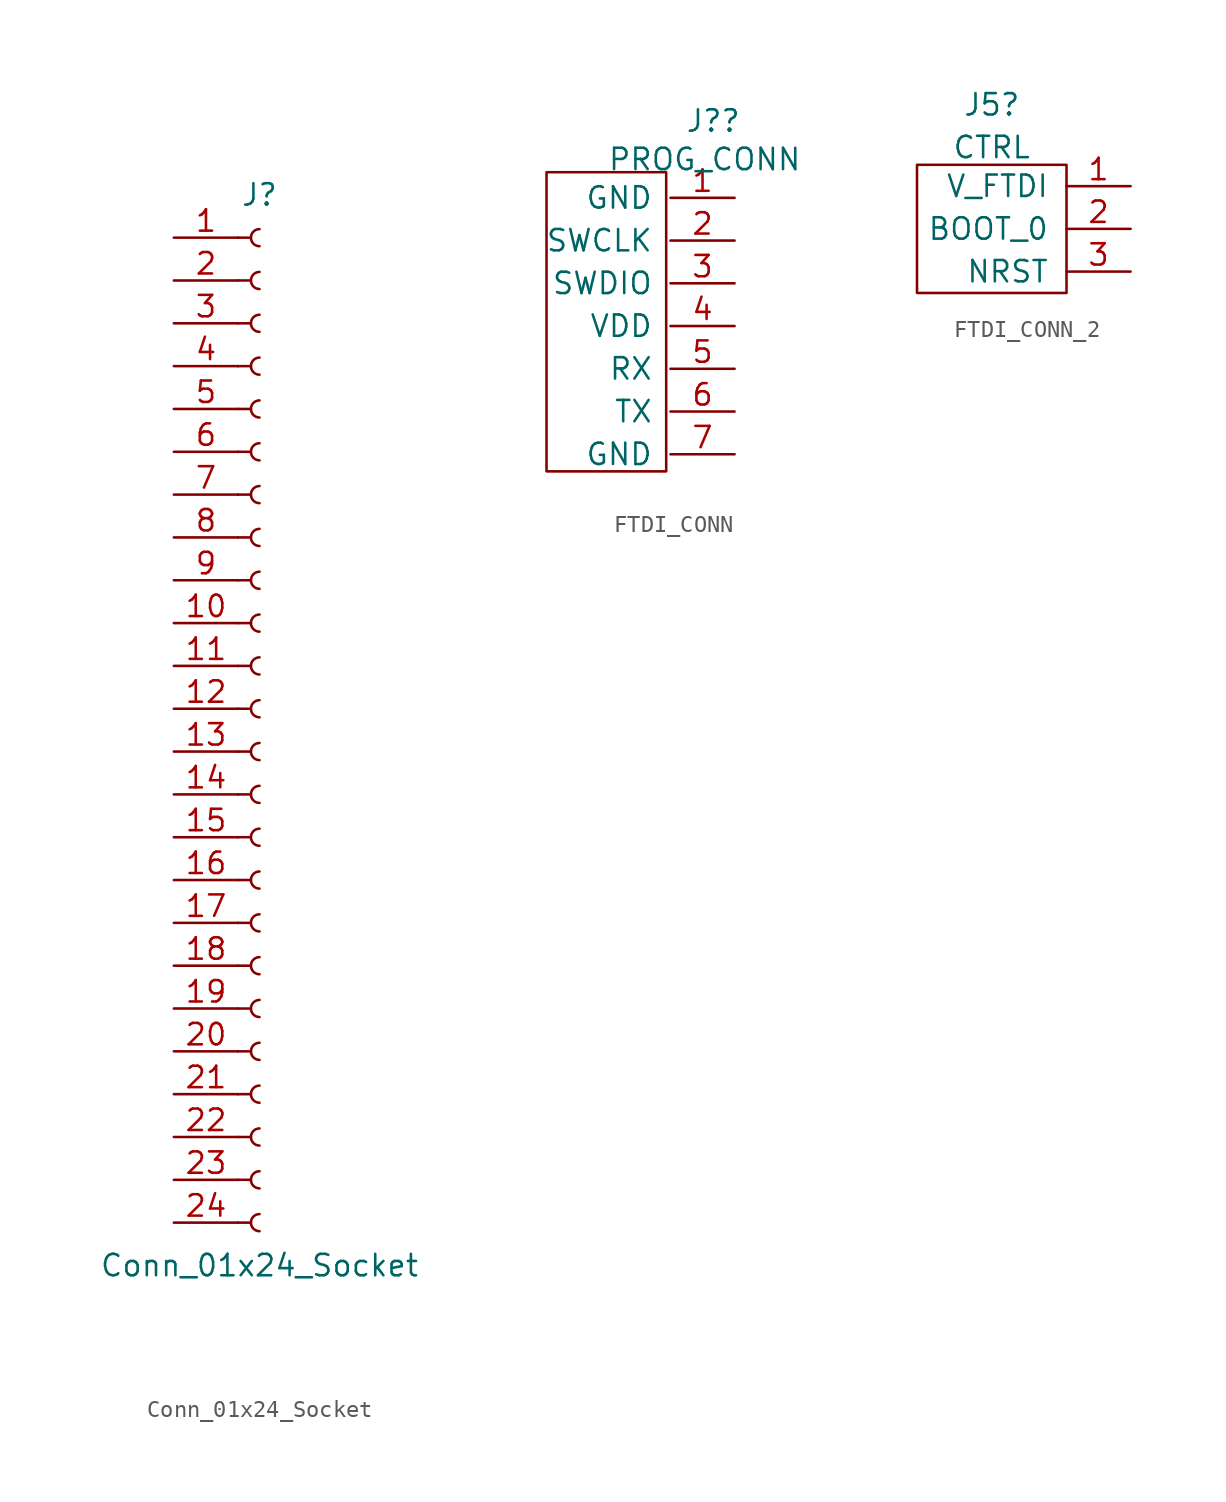
<source format=kicad_sym>
(kicad_symbol_lib
  (version 20231120)
  (generator "kicad_symbol_editor")
  (generator_version "8.0")
  (symbol "Conn_01x24_Socket"
    (pin_names
      (offset 1.016) hide)
    (property "Reference" "J"
      (at 0 30.48 0)
      (effects (font (size 1.27 1.27))))
    (property "Value" "Conn_01x24_Socket"
      (at 0 -33.02 0)
      (effects (font (size 1.27 1.27))))
    (property "ki_locked" ""
      (at 0 0 0)
      (effects (font (size 1.27 1.27))))
    (symbol "Conn_01x24_Socket_1_1"
      (arc (start 0 -29.972) (mid -0.5058 -30.48) (end 0 -30.988) (stroke (width 0.1524) (type default)) (fill (type none)))
      (arc (start 0 -27.432) (mid -0.5058 -27.94) (end 0 -28.448) (stroke (width 0.1524) (type default)) (fill (type none)))
      (arc (start 0 -24.892) (mid -0.5058 -25.4) (end 0 -25.908) (stroke (width 0.1524) (type default)) (fill (type none)))
      (arc (start 0 -22.352) (mid -0.5058 -22.86) (end 0 -23.368) (stroke (width 0.1524) (type default)) (fill (type none)))
      (arc (start 0 -19.812) (mid -0.5058 -20.32) (end 0 -20.828) (stroke (width 0.1524) (type default)) (fill (type none)))
      (arc (start 0 -17.272) (mid -0.5058 -17.78) (end 0 -18.288) (stroke (width 0.1524) (type default)) (fill (type none)))
      (arc (start 0 -14.732) (mid -0.5058 -15.24) (end 0 -15.748) (stroke (width 0.1524) (type default)) (fill (type none)))
      (arc (start 0 -12.192) (mid -0.5058 -12.7) (end 0 -13.208) (stroke (width 0.1524) (type default)) (fill (type none)))
      (arc (start 0 -9.652) (mid -0.5058 -10.16) (end 0 -10.668) (stroke (width 0.1524) (type default)) (fill (type none)))
      (arc (start 0 -7.112) (mid -0.5058 -7.62) (end 0 -8.128) (stroke (width 0.1524) (type default)) (fill (type none)))
      (arc (start 0 -4.572) (mid -0.5058 -5.08) (end 0 -5.588) (stroke (width 0.1524) (type default)) (fill (type none)))
      (arc (start 0 -2.032) (mid -0.5058 -2.54) (end 0 -3.048) (stroke (width 0.1524) (type default)) (fill (type none)))
      (polyline (pts (xy -1.27 -30.48) (xy -0.508 -30.48)) (stroke (width 0.152) (type default)) (fill (type none)))
      (polyline (pts (xy -1.27 -27.94) (xy -0.508 -27.94)) (stroke (width 0.152) (type default)) (fill (type none)))
      (polyline (pts (xy -1.27 -25.4) (xy -0.508 -25.4)) (stroke (width 0.152) (type default)) (fill (type none)))
      (polyline (pts (xy -1.27 -22.86) (xy -0.508 -22.86)) (stroke (width 0.152) (type default)) (fill (type none)))
      (polyline (pts (xy -1.27 -20.32) (xy -0.508 -20.32)) (stroke (width 0.152) (type default)) (fill (type none)))
      (polyline (pts (xy -1.27 -17.78) (xy -0.508 -17.78)) (stroke (width 0.152) (type default)) (fill (type none)))
      (polyline (pts (xy -1.27 -15.24) (xy -0.508 -15.24)) (stroke (width 0.152) (type default)) (fill (type none)))
      (polyline (pts (xy -1.27 -12.7) (xy -0.508 -12.7)) (stroke (width 0.152) (type default)) (fill (type none)))
      (polyline (pts (xy -1.27 -10.16) (xy -0.508 -10.16)) (stroke (width 0.152) (type default)) (fill (type none)))
      (polyline (pts (xy -1.27 -7.62) (xy -0.508 -7.62)) (stroke (width 0.152) (type default)) (fill (type none)))
      (polyline (pts (xy -1.27 -5.08) (xy -0.508 -5.08)) (stroke (width 0.152) (type default)) (fill (type none)))
      (polyline (pts (xy -1.27 -2.54) (xy -0.508 -2.54)) (stroke (width 0.152) (type default)) (fill (type none)))
      (polyline (pts (xy -1.27 0) (xy -0.508 0)) (stroke (width 0.152) (type default)) (fill (type none)))
      (polyline (pts (xy -1.27 2.54) (xy -0.508 2.54)) (stroke (width 0.152) (type default)) (fill (type none)))
      (polyline (pts (xy -1.27 5.08) (xy -0.508 5.08)) (stroke (width 0.152) (type default)) (fill (type none)))
      (polyline (pts (xy -1.27 7.62) (xy -0.508 7.62)) (stroke (width 0.152) (type default)) (fill (type none)))
      (polyline (pts (xy -1.27 10.16) (xy -0.508 10.16)) (stroke (width 0.152) (type default)) (fill (type none)))
      (polyline (pts (xy -1.27 12.7) (xy -0.508 12.7)) (stroke (width 0.152) (type default)) (fill (type none)))
      (polyline (pts (xy -1.27 15.24) (xy -0.508 15.24)) (stroke (width 0.152) (type default)) (fill (type none)))
      (polyline (pts (xy -1.27 17.78) (xy -0.508 17.78)) (stroke (width 0.152) (type default)) (fill (type none)))
      (polyline (pts (xy -1.27 20.32) (xy -0.508 20.32)) (stroke (width 0.152) (type default)) (fill (type none)))
      (polyline (pts (xy -1.27 22.86) (xy -0.508 22.86)) (stroke (width 0.152) (type default)) (fill (type none)))
      (polyline (pts (xy -1.27 25.4) (xy -0.508 25.4)) (stroke (width 0.152) (type default)) (fill (type none)))
      (polyline (pts (xy -1.27 27.94) (xy -0.508 27.94)) (stroke (width 0.152) (type default)) (fill (type none)))
      (arc (start 0 0.508) (mid -0.5058 0) (end 0 -0.508) (stroke (width 0.1524) (type default)) (fill (type none)))
      (arc (start 0 3.048) (mid -0.5058 2.54) (end 0 2.032) (stroke (width 0.1524) (type default)) (fill (type none)))
      (arc (start 0 5.588) (mid -0.5058 5.08) (end 0 4.572) (stroke (width 0.1524) (type default)) (fill (type none)))
      (arc (start 0 8.128) (mid -0.5058 7.62) (end 0 7.112) (stroke (width 0.1524) (type default)) (fill (type none)))
      (arc (start 0 10.668) (mid -0.5058 10.16) (end 0 9.652) (stroke (width 0.1524) (type default)) (fill (type none)))
      (arc (start 0 13.208) (mid -0.5058 12.7) (end 0 12.192) (stroke (width 0.1524) (type default)) (fill (type none)))
      (arc (start 0 15.748) (mid -0.5058 15.24) (end 0 14.732) (stroke (width 0.1524) (type default)) (fill (type none)))
      (arc (start 0 18.288) (mid -0.5058 17.78) (end 0 17.272) (stroke (width 0.1524) (type default)) (fill (type none)))
      (arc (start 0 20.828) (mid -0.5058 20.32) (end 0 19.812) (stroke (width 0.1524) (type default)) (fill (type none)))
      (arc (start 0 23.368) (mid -0.5058 22.86) (end 0 22.352) (stroke (width 0.1524) (type default)) (fill (type none)))
      (arc (start 0 25.908) (mid -0.5058 25.4) (end 0 24.892) (stroke (width 0.1524) (type default)) (fill (type none)))
      (arc (start 0 28.448) (mid -0.5058 27.94) (end 0 27.432) (stroke (width 0.1524) (type default)) (fill (type none)))
      (pin passive line (at -5.08 27.94 0) (length 3.81) (name "Pin_1" (effects (font (size 1.27 1.27)))) (number "1" (effects (font (size 1.27 1.27)))))
      (pin passive line (at -5.08 5.08 0) (length 3.81) (name "Pin_10" (effects (font (size 1.27 1.27)))) (number "10" (effects (font (size 1.27 1.27)))))
      (pin passive line (at -5.08 2.54 0) (length 3.81) (name "Pin_11" (effects (font (size 1.27 1.27)))) (number "11" (effects (font (size 1.27 1.27)))))
      (pin passive line (at -5.08 0 0) (length 3.81) (name "Pin_12" (effects (font (size 1.27 1.27)))) (number "12" (effects (font (size 1.27 1.27)))))
      (pin passive line (at -5.08 -2.54 0) (length 3.81) (name "Pin_13" (effects (font (size 1.27 1.27)))) (number "13" (effects (font (size 1.27 1.27)))))
      (pin passive line (at -5.08 -5.08 0) (length 3.81) (name "Pin_14" (effects (font (size 1.27 1.27)))) (number "14" (effects (font (size 1.27 1.27)))))
      (pin passive line (at -5.08 -7.62 0) (length 3.81) (name "Pin_15" (effects (font (size 1.27 1.27)))) (number "15" (effects (font (size 1.27 1.27)))))
      (pin passive line (at -5.08 -10.16 0) (length 3.81) (name "Pin_16" (effects (font (size 1.27 1.27)))) (number "16" (effects (font (size 1.27 1.27)))))
      (pin passive line (at -5.08 -12.7 0) (length 3.81) (name "Pin_17" (effects (font (size 1.27 1.27)))) (number "17" (effects (font (size 1.27 1.27)))))
      (pin passive line (at -5.08 -15.24 0) (length 3.81) (name "Pin_18" (effects (font (size 1.27 1.27)))) (number "18" (effects (font (size 1.27 1.27)))))
      (pin passive line (at -5.08 -17.78 0) (length 3.81) (name "Pin_19" (effects (font (size 1.27 1.27)))) (number "19" (effects (font (size 1.27 1.27)))))
      (pin passive line (at -5.08 25.4 0) (length 3.81) (name "Pin_2" (effects (font (size 1.27 1.27)))) (number "2" (effects (font (size 1.27 1.27)))))
      (pin passive line (at -5.08 -20.32 0) (length 3.81) (name "Pin_20" (effects (font (size 1.27 1.27)))) (number "20" (effects (font (size 1.27 1.27)))))
      (pin passive line (at -5.08 -22.86 0) (length 3.81) (name "Pin_21" (effects (font (size 1.27 1.27)))) (number "21" (effects (font (size 1.27 1.27)))))
      (pin passive line (at -5.08 -25.4 0) (length 3.81) (name "Pin_22" (effects (font (size 1.27 1.27)))) (number "22" (effects (font (size 1.27 1.27)))))
      (pin passive line (at -5.08 -27.94 0) (length 3.81) (name "Pin_23" (effects (font (size 1.27 1.27)))) (number "23" (effects (font (size 1.27 1.27)))))
      (pin passive line (at -5.08 -30.48 0) (length 3.81) (name "Pin_24" (effects (font (size 1.27 1.27)))) (number "24" (effects (font (size 1.27 1.27)))))
      (pin passive line (at -5.08 22.86 0) (length 3.81) (name "Pin_3" (effects (font (size 1.27 1.27)))) (number "3" (effects (font (size 1.27 1.27)))))
      (pin passive line (at -5.08 20.32 0) (length 3.81) (name "Pin_4" (effects (font (size 1.27 1.27)))) (number "4" (effects (font (size 1.27 1.27)))))
      (pin passive line (at -5.08 17.78 0) (length 3.81) (name "Pin_5" (effects (font (size 1.27 1.27)))) (number "5" (effects (font (size 1.27 1.27)))))
      (pin passive line (at -5.08 15.24 0) (length 3.81) (name "Pin_6" (effects (font (size 1.27 1.27)))) (number "6" (effects (font (size 1.27 1.27)))))
      (pin passive line (at -5.08 12.7 0) (length 3.81) (name "Pin_7" (effects (font (size 1.27 1.27)))) (number "7" (effects (font (size 1.27 1.27)))))
      (pin passive line (at -5.08 10.16 0) (length 3.81) (name "Pin_8" (effects (font (size 1.27 1.27)))) (number "8" (effects (font (size 1.27 1.27)))))
      (pin passive line (at -5.08 7.62 0) (length 3.81) (name "Pin_9" (effects (font (size 1.27 1.27)))) (number "9" (effects (font (size 1.27 1.27)))))))
  (symbol "FTDI_CONN"
    (pin_names
      (offset 1.016))
    (property "Reference" "J?"
      (at 2.54 21.082 0)
      (effects (font (size 1.27 1.27))))
    (property "Value" "PROG_CONN"
      (at 2.032 18.796 0)
      (effects (font (size 1.27 1.27))))
    (symbol "FTDI_CONN_0_1"
      (rectangle (start -7.366 18.034) (end -0.254 0.254) (stroke (width 0) (type default)) (fill (type none))))
    (symbol "FTDI_CONN_1_1"
      (pin passive line (at 3.81 16.51 180) (length 3.81) (name "GND" (effects (font (size 1.27 1.27)))) (number "1" (effects (font (size 1.27 1.27)))))
      (pin passive line (at 3.81 13.97 180) (length 3.81) (name "SWCLK" (effects (font (size 1.27 1.27)))) (number "2" (effects (font (size 1.27 1.27)))))
      (pin passive line (at 3.81 11.43 180) (length 3.81) (name "SWDIO" (effects (font (size 1.27 1.27)))) (number "3" (effects (font (size 1.27 1.27)))))
      (pin passive line (at 3.81 8.89 180) (length 3.81) (name "VDD" (effects (font (size 1.27 1.27)))) (number "4" (effects (font (size 1.27 1.27)))))
      (pin passive line (at 3.81 6.35 180) (length 3.81) (name "RX" (effects (font (size 1.27 1.27)))) (number "5" (effects (font (size 1.27 1.27)))))
      (pin passive line (at 3.81 3.81 180) (length 3.81) (name "TX" (effects (font (size 1.27 1.27)))) (number "6" (effects (font (size 1.27 1.27)))))
      (pin passive line (at 3.81 1.27 180) (length 3.81) (name "GND" (effects (font (size 1.27 1.27)))) (number "7" (effects (font (size 1.27 1.27)))))))
  (symbol "FTDI_CONN_2"
    (pin_names
      (offset 1.016))
    (property "Reference" "J5"
      (at -4.445 13.733 0)
      (effects (font (size 1.27 1.27))))
    (property "Value" "CTRL"
      (at -4.445 11.196 0)
      (effects (font (size 1.27 1.27))))
    (symbol "FTDI_CONN_2_0_1"
      (rectangle (start -8.89 10.16) (end 0 2.54) (stroke (width 0) (type default)) (fill (type none))))
    (symbol "FTDI_CONN_2_1_1"
      (pin passive line (at 3.81 8.89 180) (length 3.81) (name "V_FTDI" (effects (font (size 1.27 1.27)))) (number "1" (effects (font (size 1.27 1.27)))))
      (pin passive line (at 3.81 6.35 180) (length 3.81) (name "BOOT_0" (effects (font (size 1.27 1.27)))) (number "2" (effects (font (size 1.27 1.27)))))
      (pin passive line (at 3.81 3.81 180) (length 3.81) (name "NRST" (effects (font (size 1.27 1.27)))) (number "3" (effects (font (size 1.27 1.27))))))))
</source>
